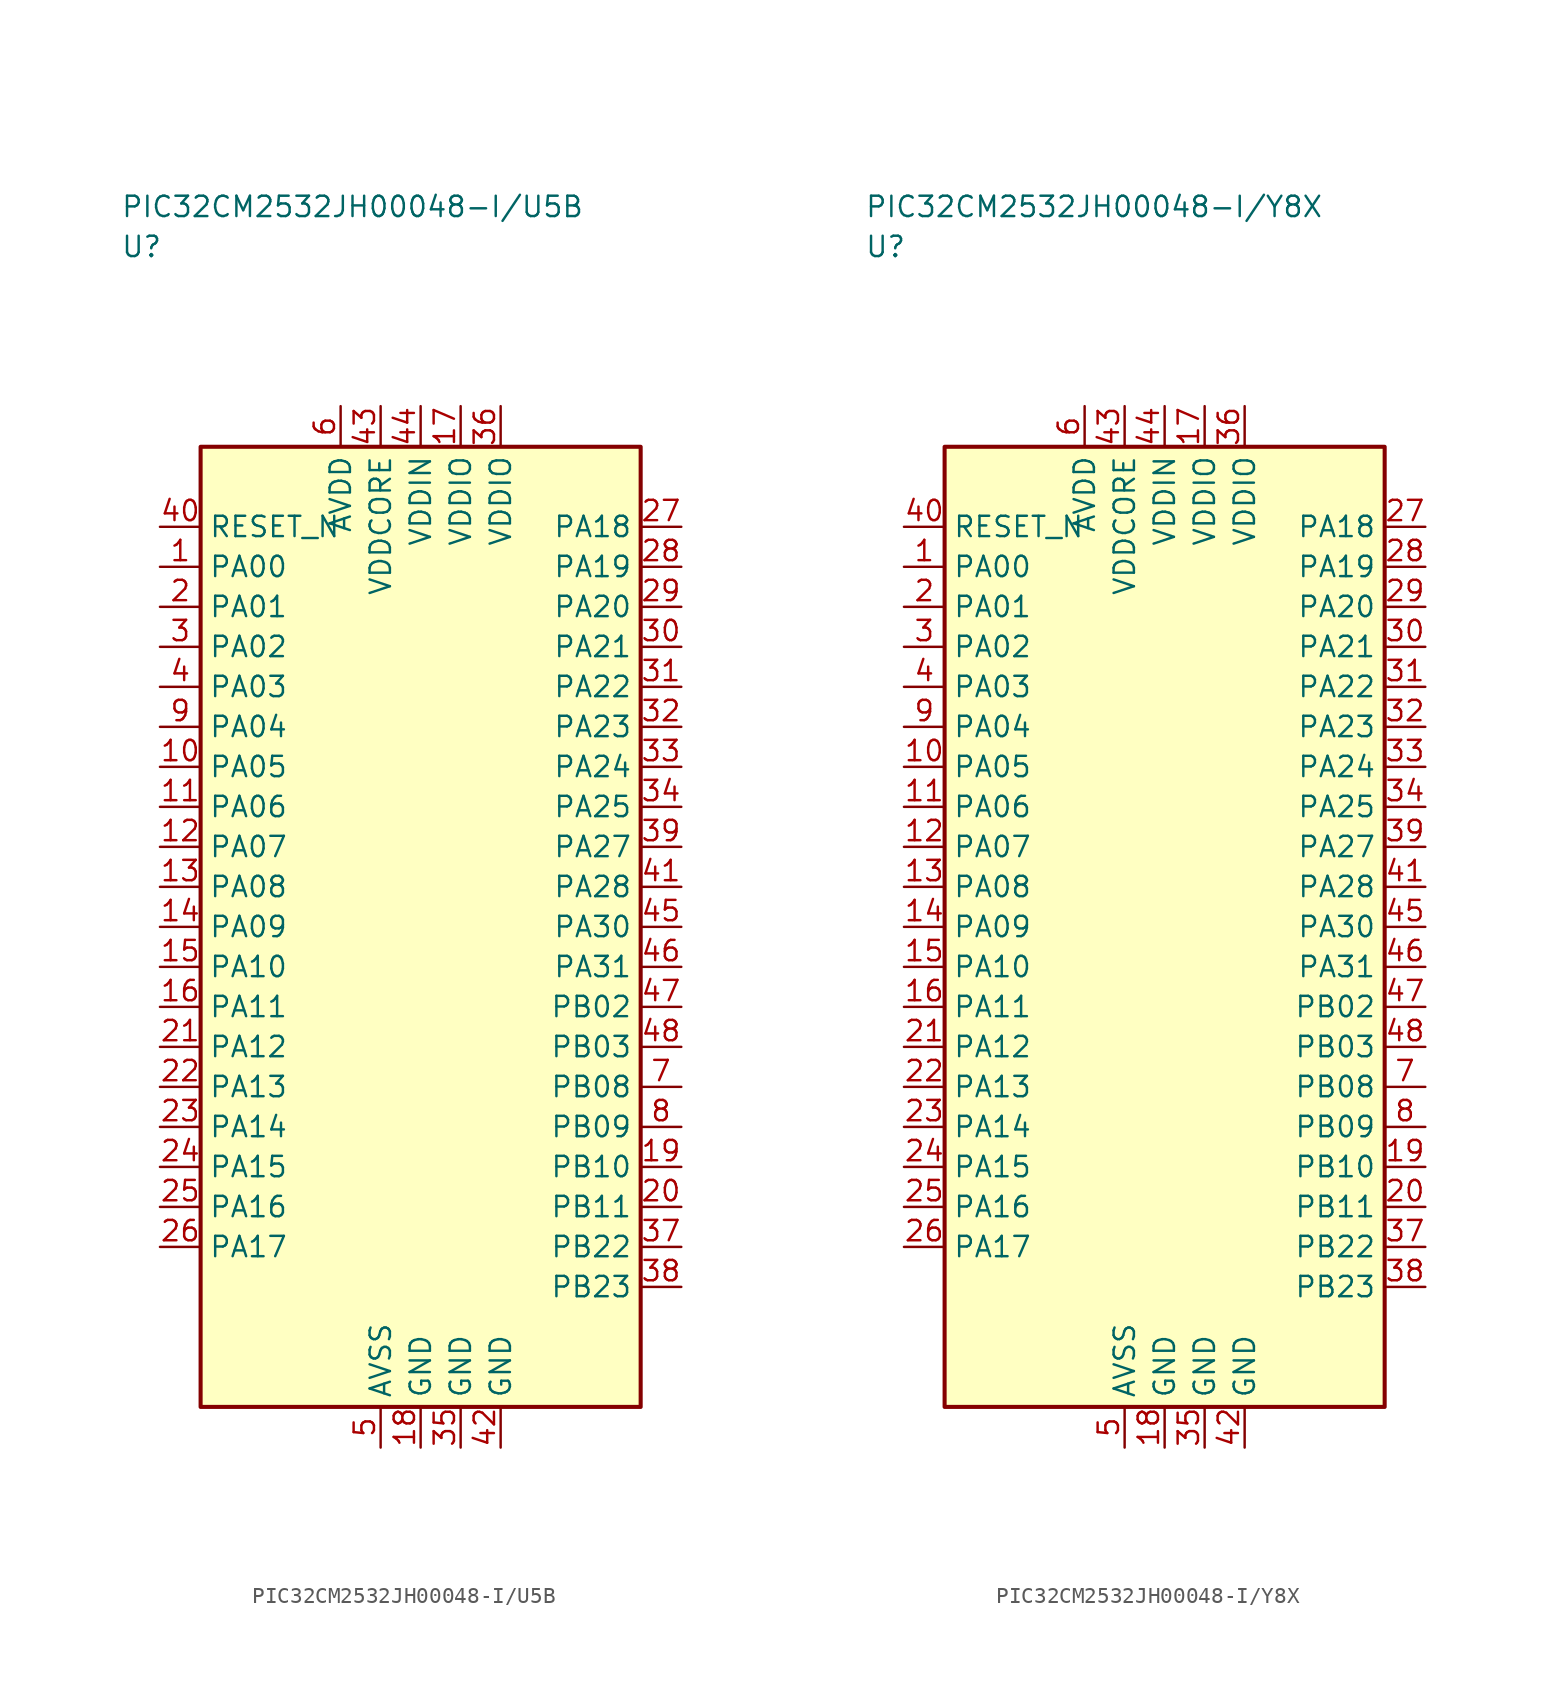
<source format=kicad_sym>
(kicad_symbol_lib
  (version 20241025)
  (generator "kicad_symbol_editor")
  (generator_version "8.0")
  (symbol "PIC32CM2532JH00048-I/U5B"
    (property "Reference" "U"
      (at -18.75 42.5 0)
      (effects (font (size 1.27 1.27)) (justify left)))
    (property "Value" "PIC32CM2532JH00048-I/U5B"
      (at -18.75 45.0 0)
      (effects (font (size 1.27 1.27)) (justify left)))
    (symbol "PIC32CM2532JH00048-I/U5B_0_1"
      (rectangle (start -13.75 30.0) (end 13.75 -30.0) (stroke (width 0.254) (type default)) (fill (type background))))
    (symbol "PIC32CM2532JH00048-I/U5B_1_1"
      (pin bidirectional line (at -16.29 22.5 0.0) (length 2.54) (name "PA00" (effects (font (size 1.27 1.27)))) (number "1" (effects (font (size 1.27 1.27)))))
      (pin bidirectional line (at -16.29 20.0 0.0) (length 2.54) (name "PA01" (effects (font (size 1.27 1.27)))) (number "2" (effects (font (size 1.27 1.27)))))
      (pin bidirectional line (at -16.29 17.5 0.0) (length 2.54) (name "PA02" (effects (font (size 1.27 1.27)))) (number "3" (effects (font (size 1.27 1.27)))))
      (pin bidirectional line (at -16.29 15.0 0.0) (length 2.54) (name "PA03" (effects (font (size 1.27 1.27)))) (number "4" (effects (font (size 1.27 1.27)))))
      (pin passive line (at -2.5 -32.54 90.0) (length 2.54) (name "AVSS" (effects (font (size 1.27 1.27)))) (number "5" (effects (font (size 1.27 1.27)))))
      (pin power_in line (at -5.0 32.54 270.0) (length 2.54) (name "AVDD" (effects (font (size 1.27 1.27)))) (number "6" (effects (font (size 1.27 1.27)))))
      (pin bidirectional line (at 16.29 -10.0 180.0) (length 2.54) (name "PB08" (effects (font (size 1.27 1.27)))) (number "7" (effects (font (size 1.27 1.27)))))
      (pin bidirectional line (at 16.29 -12.5 180.0) (length 2.54) (name "PB09" (effects (font (size 1.27 1.27)))) (number "8" (effects (font (size 1.27 1.27)))))
      (pin bidirectional line (at -16.29 12.5 0.0) (length 2.54) (name "PA04" (effects (font (size 1.27 1.27)))) (number "9" (effects (font (size 1.27 1.27)))))
      (pin bidirectional line (at -16.29 10.0 0.0) (length 2.54) (name "PA05" (effects (font (size 1.27 1.27)))) (number "10" (effects (font (size 1.27 1.27)))))
      (pin bidirectional line (at -16.29 7.5 0.0) (length 2.54) (name "PA06" (effects (font (size 1.27 1.27)))) (number "11" (effects (font (size 1.27 1.27)))))
      (pin bidirectional line (at -16.29 5.0 0.0) (length 2.54) (name "PA07" (effects (font (size 1.27 1.27)))) (number "12" (effects (font (size 1.27 1.27)))))
      (pin bidirectional line (at -16.29 2.5 0.0) (length 2.54) (name "PA08" (effects (font (size 1.27 1.27)))) (number "13" (effects (font (size 1.27 1.27)))))
      (pin bidirectional line (at -16.29 0.0 0.0) (length 2.54) (name "PA09" (effects (font (size 1.27 1.27)))) (number "14" (effects (font (size 1.27 1.27)))))
      (pin bidirectional line (at -16.29 -2.5 0.0) (length 2.54) (name "PA10" (effects (font (size 1.27 1.27)))) (number "15" (effects (font (size 1.27 1.27)))))
      (pin bidirectional line (at -16.29 -5.0 0.0) (length 2.54) (name "PA11" (effects (font (size 1.27 1.27)))) (number "16" (effects (font (size 1.27 1.27)))))
      (pin power_in line (at 2.5 32.54 270.0) (length 2.54) (name "VDDIO" (effects (font (size 1.27 1.27)))) (number "17" (effects (font (size 1.27 1.27)))))
      (pin passive line (at 0.0 -32.54 90.0) (length 2.54) (name "GND" (effects (font (size 1.27 1.27)))) (number "18" (effects (font (size 1.27 1.27)))))
      (pin bidirectional line (at 16.29 -15.0 180.0) (length 2.54) (name "PB10" (effects (font (size 1.27 1.27)))) (number "19" (effects (font (size 1.27 1.27)))))
      (pin bidirectional line (at 16.29 -17.5 180.0) (length 2.54) (name "PB11" (effects (font (size 1.27 1.27)))) (number "20" (effects (font (size 1.27 1.27)))))
      (pin bidirectional line (at -16.29 -7.5 0.0) (length 2.54) (name "PA12" (effects (font (size 1.27 1.27)))) (number "21" (effects (font (size 1.27 1.27)))))
      (pin bidirectional line (at -16.29 -10.0 0.0) (length 2.54) (name "PA13" (effects (font (size 1.27 1.27)))) (number "22" (effects (font (size 1.27 1.27)))))
      (pin bidirectional line (at -16.29 -12.5 0.0) (length 2.54) (name "PA14" (effects (font (size 1.27 1.27)))) (number "23" (effects (font (size 1.27 1.27)))))
      (pin bidirectional line (at -16.29 -15.0 0.0) (length 2.54) (name "PA15" (effects (font (size 1.27 1.27)))) (number "24" (effects (font (size 1.27 1.27)))))
      (pin bidirectional line (at -16.29 -17.5 0.0) (length 2.54) (name "PA16" (effects (font (size 1.27 1.27)))) (number "25" (effects (font (size 1.27 1.27)))))
      (pin bidirectional line (at -16.29 -20.0 0.0) (length 2.54) (name "PA17" (effects (font (size 1.27 1.27)))) (number "26" (effects (font (size 1.27 1.27)))))
      (pin bidirectional line (at 16.29 25.0 180.0) (length 2.54) (name "PA18" (effects (font (size 1.27 1.27)))) (number "27" (effects (font (size 1.27 1.27)))))
      (pin bidirectional line (at 16.29 22.5 180.0) (length 2.54) (name "PA19" (effects (font (size 1.27 1.27)))) (number "28" (effects (font (size 1.27 1.27)))))
      (pin bidirectional line (at 16.29 20.0 180.0) (length 2.54) (name "PA20" (effects (font (size 1.27 1.27)))) (number "29" (effects (font (size 1.27 1.27)))))
      (pin bidirectional line (at 16.29 17.5 180.0) (length 2.54) (name "PA21" (effects (font (size 1.27 1.27)))) (number "30" (effects (font (size 1.27 1.27)))))
      (pin bidirectional line (at 16.29 15.0 180.0) (length 2.54) (name "PA22" (effects (font (size 1.27 1.27)))) (number "31" (effects (font (size 1.27 1.27)))))
      (pin bidirectional line (at 16.29 12.5 180.0) (length 2.54) (name "PA23" (effects (font (size 1.27 1.27)))) (number "32" (effects (font (size 1.27 1.27)))))
      (pin bidirectional line (at 16.29 10.0 180.0) (length 2.54) (name "PA24" (effects (font (size 1.27 1.27)))) (number "33" (effects (font (size 1.27 1.27)))))
      (pin bidirectional line (at 16.29 7.5 180.0) (length 2.54) (name "PA25" (effects (font (size 1.27 1.27)))) (number "34" (effects (font (size 1.27 1.27)))))
      (pin passive line (at 2.5 -32.54 90.0) (length 2.54) (name "GND" (effects (font (size 1.27 1.27)))) (number "35" (effects (font (size 1.27 1.27)))))
      (pin power_in line (at 5.0 32.54 270.0) (length 2.54) (name "VDDIO" (effects (font (size 1.27 1.27)))) (number "36" (effects (font (size 1.27 1.27)))))
      (pin bidirectional line (at 16.29 -20.0 180.0) (length 2.54) (name "PB22" (effects (font (size 1.27 1.27)))) (number "37" (effects (font (size 1.27 1.27)))))
      (pin bidirectional line (at 16.29 -22.5 180.0) (length 2.54) (name "PB23" (effects (font (size 1.27 1.27)))) (number "38" (effects (font (size 1.27 1.27)))))
      (pin bidirectional line (at 16.29 5.0 180.0) (length 2.54) (name "PA27" (effects (font (size 1.27 1.27)))) (number "39" (effects (font (size 1.27 1.27)))))
      (pin input line (at -16.29 25.0 0.0) (length 2.54) (name "RESET_N" (effects (font (size 1.27 1.27)))) (number "40" (effects (font (size 1.27 1.27)))))
      (pin bidirectional line (at 16.29 2.5 180.0) (length 2.54) (name "PA28" (effects (font (size 1.27 1.27)))) (number "41" (effects (font (size 1.27 1.27)))))
      (pin passive line (at 5.0 -32.54 90.0) (length 2.54) (name "GND" (effects (font (size 1.27 1.27)))) (number "42" (effects (font (size 1.27 1.27)))))
      (pin power_in line (at -2.5 32.54 270.0) (length 2.54) (name "VDDCORE" (effects (font (size 1.27 1.27)))) (number "43" (effects (font (size 1.27 1.27)))))
      (pin power_in line (at 0.0 32.54 270.0) (length 2.54) (name "VDDIN" (effects (font (size 1.27 1.27)))) (number "44" (effects (font (size 1.27 1.27)))))
      (pin bidirectional line (at 16.29 0.0 180.0) (length 2.54) (name "PA30" (effects (font (size 1.27 1.27)))) (number "45" (effects (font (size 1.27 1.27)))))
      (pin bidirectional line (at 16.29 -2.5 180.0) (length 2.54) (name "PA31" (effects (font (size 1.27 1.27)))) (number "46" (effects (font (size 1.27 1.27)))))
      (pin bidirectional line (at 16.29 -5.0 180.0) (length 2.54) (name "PB02" (effects (font (size 1.27 1.27)))) (number "47" (effects (font (size 1.27 1.27)))))
      (pin bidirectional line (at 16.29 -7.5 180.0) (length 2.54) (name "PB03" (effects (font (size 1.27 1.27)))) (number "48" (effects (font (size 1.27 1.27)))))))
  (symbol "PIC32CM2532JH00048-I/Y8X"
    (property "Reference" "U"
      (at -18.75 42.5 0)
      (effects (font (size 1.27 1.27)) (justify left)))
    (property "Value" "PIC32CM2532JH00048-I/Y8X"
      (at -18.75 45.0 0)
      (effects (font (size 1.27 1.27)) (justify left)))
    (symbol "PIC32CM2532JH00048-I/Y8X_0_1"
      (rectangle (start -13.75 30.0) (end 13.75 -30.0) (stroke (width 0.254) (type default)) (fill (type background))))
    (symbol "PIC32CM2532JH00048-I/Y8X_1_1"
      (pin bidirectional line (at -16.29 22.5 0.0) (length 2.54) (name "PA00" (effects (font (size 1.27 1.27)))) (number "1" (effects (font (size 1.27 1.27)))))
      (pin bidirectional line (at -16.29 20.0 0.0) (length 2.54) (name "PA01" (effects (font (size 1.27 1.27)))) (number "2" (effects (font (size 1.27 1.27)))))
      (pin bidirectional line (at -16.29 17.5 0.0) (length 2.54) (name "PA02" (effects (font (size 1.27 1.27)))) (number "3" (effects (font (size 1.27 1.27)))))
      (pin bidirectional line (at -16.29 15.0 0.0) (length 2.54) (name "PA03" (effects (font (size 1.27 1.27)))) (number "4" (effects (font (size 1.27 1.27)))))
      (pin passive line (at -2.5 -32.54 90.0) (length 2.54) (name "AVSS" (effects (font (size 1.27 1.27)))) (number "5" (effects (font (size 1.27 1.27)))))
      (pin power_in line (at -5.0 32.54 270.0) (length 2.54) (name "AVDD" (effects (font (size 1.27 1.27)))) (number "6" (effects (font (size 1.27 1.27)))))
      (pin bidirectional line (at 16.29 -10.0 180.0) (length 2.54) (name "PB08" (effects (font (size 1.27 1.27)))) (number "7" (effects (font (size 1.27 1.27)))))
      (pin bidirectional line (at 16.29 -12.5 180.0) (length 2.54) (name "PB09" (effects (font (size 1.27 1.27)))) (number "8" (effects (font (size 1.27 1.27)))))
      (pin bidirectional line (at -16.29 12.5 0.0) (length 2.54) (name "PA04" (effects (font (size 1.27 1.27)))) (number "9" (effects (font (size 1.27 1.27)))))
      (pin bidirectional line (at -16.29 10.0 0.0) (length 2.54) (name "PA05" (effects (font (size 1.27 1.27)))) (number "10" (effects (font (size 1.27 1.27)))))
      (pin bidirectional line (at -16.29 7.5 0.0) (length 2.54) (name "PA06" (effects (font (size 1.27 1.27)))) (number "11" (effects (font (size 1.27 1.27)))))
      (pin bidirectional line (at -16.29 5.0 0.0) (length 2.54) (name "PA07" (effects (font (size 1.27 1.27)))) (number "12" (effects (font (size 1.27 1.27)))))
      (pin bidirectional line (at -16.29 2.5 0.0) (length 2.54) (name "PA08" (effects (font (size 1.27 1.27)))) (number "13" (effects (font (size 1.27 1.27)))))
      (pin bidirectional line (at -16.29 0.0 0.0) (length 2.54) (name "PA09" (effects (font (size 1.27 1.27)))) (number "14" (effects (font (size 1.27 1.27)))))
      (pin bidirectional line (at -16.29 -2.5 0.0) (length 2.54) (name "PA10" (effects (font (size 1.27 1.27)))) (number "15" (effects (font (size 1.27 1.27)))))
      (pin bidirectional line (at -16.29 -5.0 0.0) (length 2.54) (name "PA11" (effects (font (size 1.27 1.27)))) (number "16" (effects (font (size 1.27 1.27)))))
      (pin power_in line (at 2.5 32.54 270.0) (length 2.54) (name "VDDIO" (effects (font (size 1.27 1.27)))) (number "17" (effects (font (size 1.27 1.27)))))
      (pin passive line (at 0.0 -32.54 90.0) (length 2.54) (name "GND" (effects (font (size 1.27 1.27)))) (number "18" (effects (font (size 1.27 1.27)))))
      (pin bidirectional line (at 16.29 -15.0 180.0) (length 2.54) (name "PB10" (effects (font (size 1.27 1.27)))) (number "19" (effects (font (size 1.27 1.27)))))
      (pin bidirectional line (at 16.29 -17.5 180.0) (length 2.54) (name "PB11" (effects (font (size 1.27 1.27)))) (number "20" (effects (font (size 1.27 1.27)))))
      (pin bidirectional line (at -16.29 -7.5 0.0) (length 2.54) (name "PA12" (effects (font (size 1.27 1.27)))) (number "21" (effects (font (size 1.27 1.27)))))
      (pin bidirectional line (at -16.29 -10.0 0.0) (length 2.54) (name "PA13" (effects (font (size 1.27 1.27)))) (number "22" (effects (font (size 1.27 1.27)))))
      (pin bidirectional line (at -16.29 -12.5 0.0) (length 2.54) (name "PA14" (effects (font (size 1.27 1.27)))) (number "23" (effects (font (size 1.27 1.27)))))
      (pin bidirectional line (at -16.29 -15.0 0.0) (length 2.54) (name "PA15" (effects (font (size 1.27 1.27)))) (number "24" (effects (font (size 1.27 1.27)))))
      (pin bidirectional line (at -16.29 -17.5 0.0) (length 2.54) (name "PA16" (effects (font (size 1.27 1.27)))) (number "25" (effects (font (size 1.27 1.27)))))
      (pin bidirectional line (at -16.29 -20.0 0.0) (length 2.54) (name "PA17" (effects (font (size 1.27 1.27)))) (number "26" (effects (font (size 1.27 1.27)))))
      (pin bidirectional line (at 16.29 25.0 180.0) (length 2.54) (name "PA18" (effects (font (size 1.27 1.27)))) (number "27" (effects (font (size 1.27 1.27)))))
      (pin bidirectional line (at 16.29 22.5 180.0) (length 2.54) (name "PA19" (effects (font (size 1.27 1.27)))) (number "28" (effects (font (size 1.27 1.27)))))
      (pin bidirectional line (at 16.29 20.0 180.0) (length 2.54) (name "PA20" (effects (font (size 1.27 1.27)))) (number "29" (effects (font (size 1.27 1.27)))))
      (pin bidirectional line (at 16.29 17.5 180.0) (length 2.54) (name "PA21" (effects (font (size 1.27 1.27)))) (number "30" (effects (font (size 1.27 1.27)))))
      (pin bidirectional line (at 16.29 15.0 180.0) (length 2.54) (name "PA22" (effects (font (size 1.27 1.27)))) (number "31" (effects (font (size 1.27 1.27)))))
      (pin bidirectional line (at 16.29 12.5 180.0) (length 2.54) (name "PA23" (effects (font (size 1.27 1.27)))) (number "32" (effects (font (size 1.27 1.27)))))
      (pin bidirectional line (at 16.29 10.0 180.0) (length 2.54) (name "PA24" (effects (font (size 1.27 1.27)))) (number "33" (effects (font (size 1.27 1.27)))))
      (pin bidirectional line (at 16.29 7.5 180.0) (length 2.54) (name "PA25" (effects (font (size 1.27 1.27)))) (number "34" (effects (font (size 1.27 1.27)))))
      (pin passive line (at 2.5 -32.54 90.0) (length 2.54) (name "GND" (effects (font (size 1.27 1.27)))) (number "35" (effects (font (size 1.27 1.27)))))
      (pin power_in line (at 5.0 32.54 270.0) (length 2.54) (name "VDDIO" (effects (font (size 1.27 1.27)))) (number "36" (effects (font (size 1.27 1.27)))))
      (pin bidirectional line (at 16.29 -20.0 180.0) (length 2.54) (name "PB22" (effects (font (size 1.27 1.27)))) (number "37" (effects (font (size 1.27 1.27)))))
      (pin bidirectional line (at 16.29 -22.5 180.0) (length 2.54) (name "PB23" (effects (font (size 1.27 1.27)))) (number "38" (effects (font (size 1.27 1.27)))))
      (pin bidirectional line (at 16.29 5.0 180.0) (length 2.54) (name "PA27" (effects (font (size 1.27 1.27)))) (number "39" (effects (font (size 1.27 1.27)))))
      (pin input line (at -16.29 25.0 0.0) (length 2.54) (name "RESET_N" (effects (font (size 1.27 1.27)))) (number "40" (effects (font (size 1.27 1.27)))))
      (pin bidirectional line (at 16.29 2.5 180.0) (length 2.54) (name "PA28" (effects (font (size 1.27 1.27)))) (number "41" (effects (font (size 1.27 1.27)))))
      (pin passive line (at 5.0 -32.54 90.0) (length 2.54) (name "GND" (effects (font (size 1.27 1.27)))) (number "42" (effects (font (size 1.27 1.27)))))
      (pin power_in line (at -2.5 32.54 270.0) (length 2.54) (name "VDDCORE" (effects (font (size 1.27 1.27)))) (number "43" (effects (font (size 1.27 1.27)))))
      (pin power_in line (at 0.0 32.54 270.0) (length 2.54) (name "VDDIN" (effects (font (size 1.27 1.27)))) (number "44" (effects (font (size 1.27 1.27)))))
      (pin bidirectional line (at 16.29 0.0 180.0) (length 2.54) (name "PA30" (effects (font (size 1.27 1.27)))) (number "45" (effects (font (size 1.27 1.27)))))
      (pin bidirectional line (at 16.29 -2.5 180.0) (length 2.54) (name "PA31" (effects (font (size 1.27 1.27)))) (number "46" (effects (font (size 1.27 1.27)))))
      (pin bidirectional line (at 16.29 -5.0 180.0) (length 2.54) (name "PB02" (effects (font (size 1.27 1.27)))) (number "47" (effects (font (size 1.27 1.27)))))
      (pin bidirectional line (at 16.29 -7.5 180.0) (length 2.54) (name "PB03" (effects (font (size 1.27 1.27)))) (number "48" (effects (font (size 1.27 1.27))))))))
</source>
